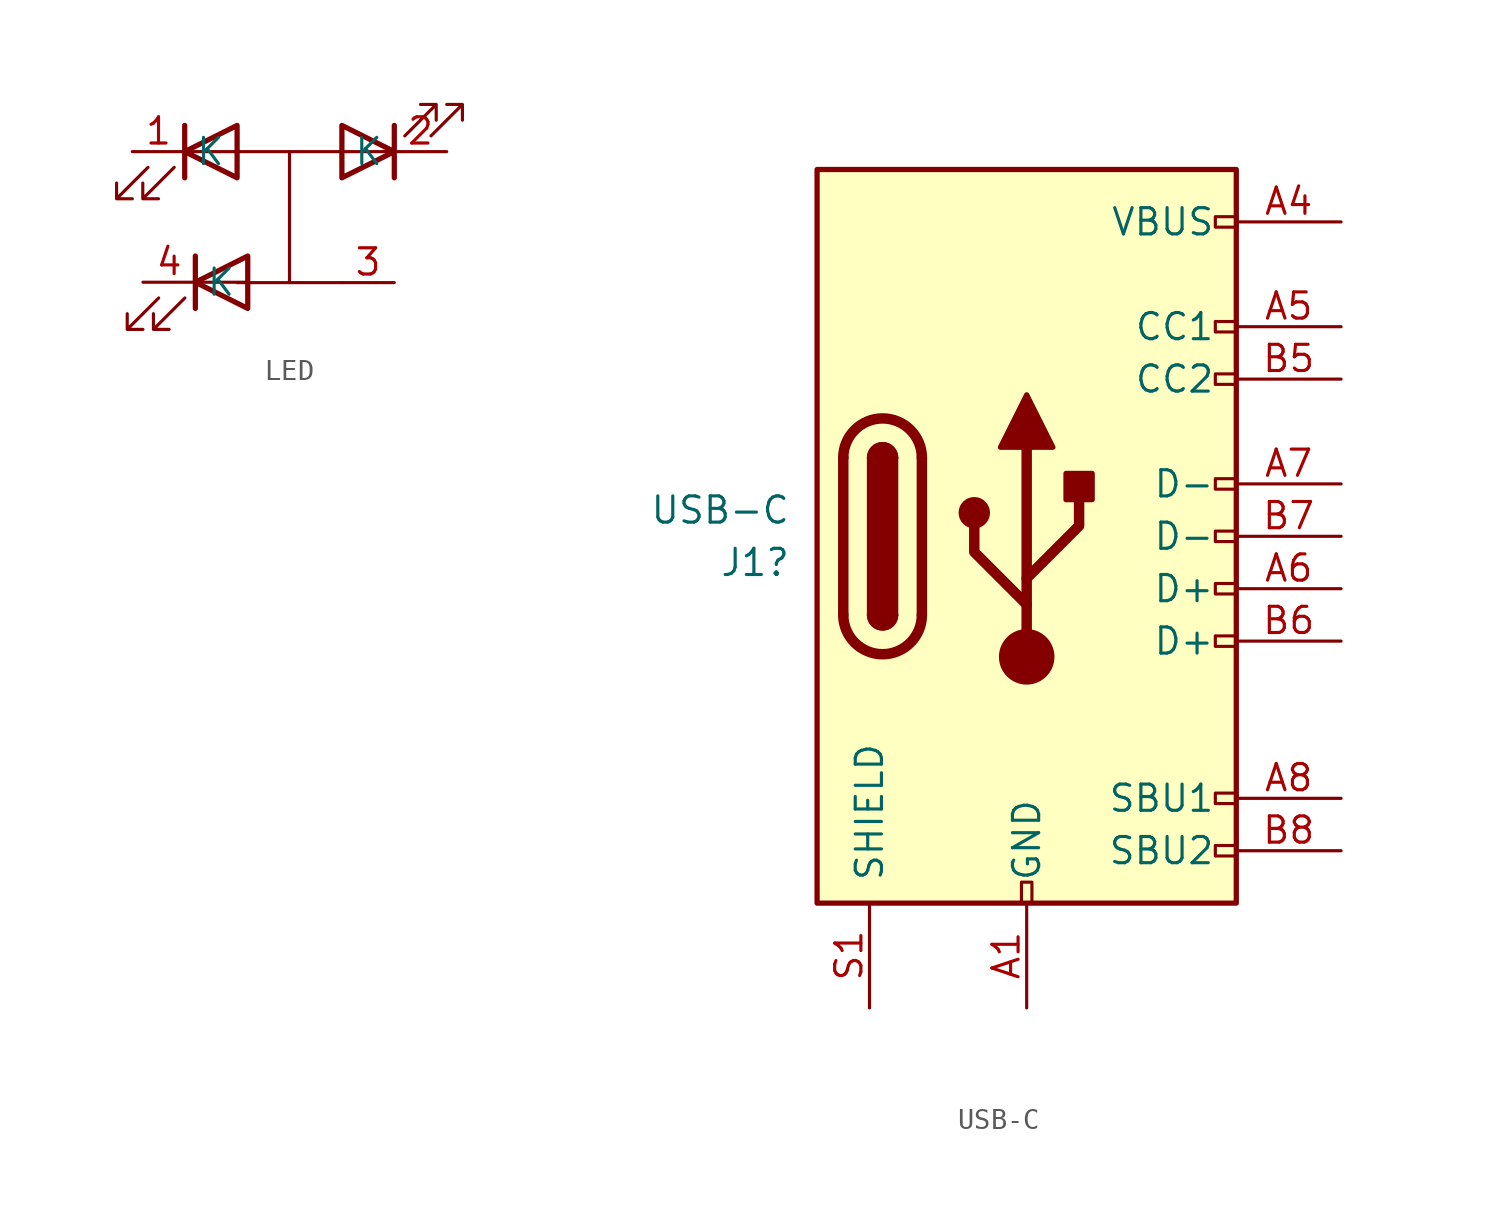
<source format=kicad_sym>
(kicad_symbol_lib
  (version 20241209)
  (generator "kicad_symbol_editor")
  (generator_version "9.0")
  (symbol "LED"
    (property "Reference" "L"
      (at 0 0 0)
      (effects (font (size 1.27 1.27)) (hide yes)))
    (property "Value" ""
      (at 0 0 0)
      (effects (font (size 1.27 1.27))))
    (symbol "LED_0_1"
      (polyline (pts (xy -8.128 1.778) (xy -9.652 0.254) (xy -8.89 0.254) (xy -9.652 0.254) (xy -9.652 1.016)) (stroke (width 0) (type default)) (fill (type none)))
      (polyline (pts (xy -7.612 -4.554) (xy -9.136 -6.078) (xy -8.374 -6.078) (xy -9.136 -6.078) (xy -9.136 -5.316)) (stroke (width 0) (type default)) (fill (type none)))
      (polyline (pts (xy -6.858 1.778) (xy -8.382 0.254) (xy -7.62 0.254) (xy -8.382 0.254) (xy -8.382 1.016)) (stroke (width 0) (type default)) (fill (type none)))
      (polyline (pts (xy -6.35 2.54) (xy -3.81 2.54)) (stroke (width 0) (type default)) (fill (type none)))
      (polyline (pts (xy -6.35 1.27) (xy -6.35 3.81)) (stroke (width 0.254) (type default)) (fill (type none)))
      (polyline (pts (xy -6.342 -4.554) (xy -7.866 -6.078) (xy -7.104 -6.078) (xy -7.866 -6.078) (xy -7.866 -5.316)) (stroke (width 0) (type default)) (fill (type none)))
      (polyline (pts (xy -5.834 -3.792) (xy -3.294 -3.792)) (stroke (width 0) (type default)) (fill (type none)))
      (polyline (pts (xy -5.834 -5.062) (xy -5.834 -2.522)) (stroke (width 0.254) (type default)) (fill (type none)))
      (polyline (pts (xy -3.81 2.54) (xy 1.27 2.54)) (stroke (width 0) (type default)) (fill (type none)))
      (polyline (pts (xy -3.81 1.27) (xy -3.81 3.81) (xy -6.35 2.54) (xy -3.81 1.27)) (stroke (width 0.254) (type default)) (fill (type none)))
      (polyline (pts (xy -3.294 -5.062) (xy -3.294 -2.522) (xy -5.834 -3.792) (xy -3.294 -5.062)) (stroke (width 0.254) (type default)) (fill (type none)))
      (polyline (pts (xy -1.27 2.54) (xy -1.27 -3.81) (xy 1.27 -3.81)) (stroke (width 0) (type default)) (fill (type none)))
      (polyline (pts (xy -1.27 -3.81) (xy -3.81 -3.81)) (stroke (width 0) (type default)) (fill (type none)))
      (polyline (pts (xy 1.27 3.81) (xy 1.27 1.27) (xy 3.81 2.54) (xy 1.27 3.81)) (stroke (width 0.254) (type default)) (fill (type none)))
      (polyline (pts (xy 3.81 3.81) (xy 3.81 1.27)) (stroke (width 0.254) (type default)) (fill (type none)))
      (polyline (pts (xy 3.81 2.54) (xy 1.27 2.54)) (stroke (width 0) (type default)) (fill (type none)))
      (polyline (pts (xy 4.318 3.302) (xy 5.842 4.826) (xy 5.08 4.826) (xy 5.842 4.826) (xy 5.842 4.064)) (stroke (width 0) (type default)) (fill (type none)))
      (polyline (pts (xy 5.588 3.302) (xy 7.112 4.826) (xy 6.35 4.826) (xy 7.112 4.826) (xy 7.112 4.064)) (stroke (width 0) (type default)) (fill (type none))))
    (symbol "LED_1_1"
      (pin passive line (at -8.89 2.54 0) (length 2.54) (name "K" (effects (font (size 1.27 1.27)))) (number "1" (effects (font (size 1.27 1.27)))))
      (pin passive line (at -8.374 -3.792 0) (length 2.54) (name "K" (effects (font (size 1.27 1.27)))) (number "4" (effects (font (size 1.27 1.27)))))
      (pin passive line (at 3.81 -3.81 180) (length 2.54) (name "" (effects (font (size 1.27 1.27)))) (number "3" (effects (font (size 1.27 1.27)))))
      (pin passive line (at 6.35 2.54 180) (length 2.54) (name "K" (effects (font (size 1.27 1.27)))) (number "2" (effects (font (size 1.27 1.27)))))))
  (symbol "USB-C"
    (pin_names
      (offset 1.016))
    (property "Reference" "J1"
      (at -11.43 -1.27 0)
      (effects (font (size 1.27 1.27)) (justify right)))
    (property "Value" "USB-C"
      (at -11.43 1.27 0)
      (effects (font (size 1.27 1.27)) (justify right)))
    (symbol "USB-C_0_0"
      (rectangle (start -0.254 -17.78) (end 0.254 -16.764) (stroke (width 0) (type default)) (fill (type none)))
      (rectangle (start 10.16 15.494) (end 9.144 14.986) (stroke (width 0) (type default)) (fill (type none)))
      (rectangle (start 10.16 10.414) (end 9.144 9.906) (stroke (width 0) (type default)) (fill (type none)))
      (rectangle (start 10.16 7.874) (end 9.144 7.366) (stroke (width 0) (type default)) (fill (type none)))
      (rectangle (start 10.16 2.794) (end 9.144 2.286) (stroke (width 0) (type default)) (fill (type none)))
      (rectangle (start 10.16 0.254) (end 9.144 -0.254) (stroke (width 0) (type default)) (fill (type none)))
      (rectangle (start 10.16 -2.286) (end 9.144 -2.794) (stroke (width 0) (type default)) (fill (type none)))
      (rectangle (start 10.16 -4.826) (end 9.144 -5.334) (stroke (width 0) (type default)) (fill (type none)))
      (rectangle (start 10.16 -12.446) (end 9.144 -12.954) (stroke (width 0) (type default)) (fill (type none)))
      (rectangle (start 10.16 -14.986) (end 9.144 -15.494) (stroke (width 0) (type default)) (fill (type none))))
    (symbol "USB-C_0_1"
      (rectangle (start -10.16 17.78) (end 10.16 -17.78) (stroke (width 0.254) (type default)) (fill (type background)))
      (polyline (pts (xy -8.89 -3.81) (xy -8.89 3.81)) (stroke (width 0.508) (type default)) (fill (type none)))
      (rectangle (start -7.62 -3.81) (end -6.35 3.81) (stroke (width 0.254) (type default)) (fill (type outline)))
      (arc (start -7.62 3.81) (mid -6.985 4.4423) (end -6.35 3.81) (stroke (width 0.254) (type default)) (fill (type none)))
      (arc (start -7.62 3.81) (mid -6.985 4.4423) (end -6.35 3.81) (stroke (width 0.254) (type default)) (fill (type outline)))
      (arc (start -8.89 3.81) (mid -6.985 5.7067) (end -5.08 3.81) (stroke (width 0.508) (type default)) (fill (type none)))
      (arc (start -5.08 -3.81) (mid -6.985 -5.7067) (end -8.89 -3.81) (stroke (width 0.508) (type default)) (fill (type none)))
      (arc (start -6.35 -3.81) (mid -6.985 -4.4423) (end -7.62 -3.81) (stroke (width 0.254) (type default)) (fill (type none)))
      (arc (start -6.35 -3.81) (mid -6.985 -4.4423) (end -7.62 -3.81) (stroke (width 0.254) (type default)) (fill (type outline)))
      (polyline (pts (xy -5.08 3.81) (xy -5.08 -3.81)) (stroke (width 0.508) (type default)) (fill (type none)))
      (circle (center -2.54 1.143) (radius 0.635) (stroke (width 0.254) (type default)) (fill (type outline)))
      (polyline (pts (xy -1.27 4.318) (xy 0 6.858) (xy 1.27 4.318) (xy -1.27 4.318)) (stroke (width 0.254) (type default)) (fill (type outline)))
      (polyline (pts (xy 0 -2.032) (xy 2.54 0.508) (xy 2.54 1.778)) (stroke (width 0.508) (type default)) (fill (type none)))
      (polyline (pts (xy 0 -3.302) (xy -2.54 -0.762) (xy -2.54 0.508)) (stroke (width 0.508) (type default)) (fill (type none)))
      (polyline (pts (xy 0 -5.842) (xy 0 4.318)) (stroke (width 0.508) (type default)) (fill (type none)))
      (circle (center 0 -5.842) (radius 1.27) (stroke (width 0) (type default)) (fill (type outline)))
      (rectangle (start 1.905 1.778) (end 3.175 3.048) (stroke (width 0.254) (type default)) (fill (type outline))))
    (symbol "USB-C_1_1"
      (pin passive line (at -7.62 -22.86 90) (length 5.08) (name "SHIELD" (effects (font (size 1.27 1.27)))) (number "S1" (effects (font (size 1.27 1.27)))))
      (pin passive line (at 0 -22.86 90) (length 5.08) (name "GND" (effects (font (size 1.27 1.27)))) (number "A1" (effects (font (size 1.27 1.27)))))
      (pin passive line (at 0 -22.86 90) (length 5.08) (hide yes) (name "GND" (effects (font (size 1.27 1.27)))) (number "A12" (effects (font (size 1.27 1.27)))))
      (pin passive line (at 0 -22.86 90) (length 5.08) (hide yes) (name "GND" (effects (font (size 1.27 1.27)))) (number "B1" (effects (font (size 1.27 1.27)))))
      (pin passive line (at 0 -22.86 90) (length 5.08) (hide yes) (name "GND" (effects (font (size 1.27 1.27)))) (number "B12" (effects (font (size 1.27 1.27)))))
      (pin passive line (at 15.24 15.24 180) (length 5.08) (name "VBUS" (effects (font (size 1.27 1.27)))) (number "A4" (effects (font (size 1.27 1.27)))))
      (pin passive line (at 15.24 15.24 180) (length 5.08) (hide yes) (name "VBUS" (effects (font (size 1.27 1.27)))) (number "A9" (effects (font (size 1.27 1.27)))))
      (pin passive line (at 15.24 15.24 180) (length 5.08) (hide yes) (name "VBUS" (effects (font (size 1.27 1.27)))) (number "B4" (effects (font (size 1.27 1.27)))))
      (pin passive line (at 15.24 15.24 180) (length 5.08) (hide yes) (name "VBUS" (effects (font (size 1.27 1.27)))) (number "B9" (effects (font (size 1.27 1.27)))))
      (pin bidirectional line (at 15.24 10.16 180) (length 5.08) (name "CC1" (effects (font (size 1.27 1.27)))) (number "A5" (effects (font (size 1.27 1.27)))))
      (pin bidirectional line (at 15.24 7.62 180) (length 5.08) (name "CC2" (effects (font (size 1.27 1.27)))) (number "B5" (effects (font (size 1.27 1.27)))))
      (pin bidirectional line (at 15.24 2.54 180) (length 5.08) (name "D-" (effects (font (size 1.27 1.27)))) (number "A7" (effects (font (size 1.27 1.27)))))
      (pin bidirectional line (at 15.24 0 180) (length 5.08) (name "D-" (effects (font (size 1.27 1.27)))) (number "B7" (effects (font (size 1.27 1.27)))))
      (pin bidirectional line (at 15.24 -2.54 180) (length 5.08) (name "D+" (effects (font (size 1.27 1.27)))) (number "A6" (effects (font (size 1.27 1.27)))))
      (pin bidirectional line (at 15.24 -5.08 180) (length 5.08) (name "D+" (effects (font (size 1.27 1.27)))) (number "B6" (effects (font (size 1.27 1.27)))))
      (pin bidirectional line (at 15.24 -12.7 180) (length 5.08) (name "SBU1" (effects (font (size 1.27 1.27)))) (number "A8" (effects (font (size 1.27 1.27)))))
      (pin bidirectional line (at 15.24 -15.24 180) (length 5.08) (name "SBU2" (effects (font (size 1.27 1.27)))) (number "B8" (effects (font (size 1.27 1.27))))))))
</source>
